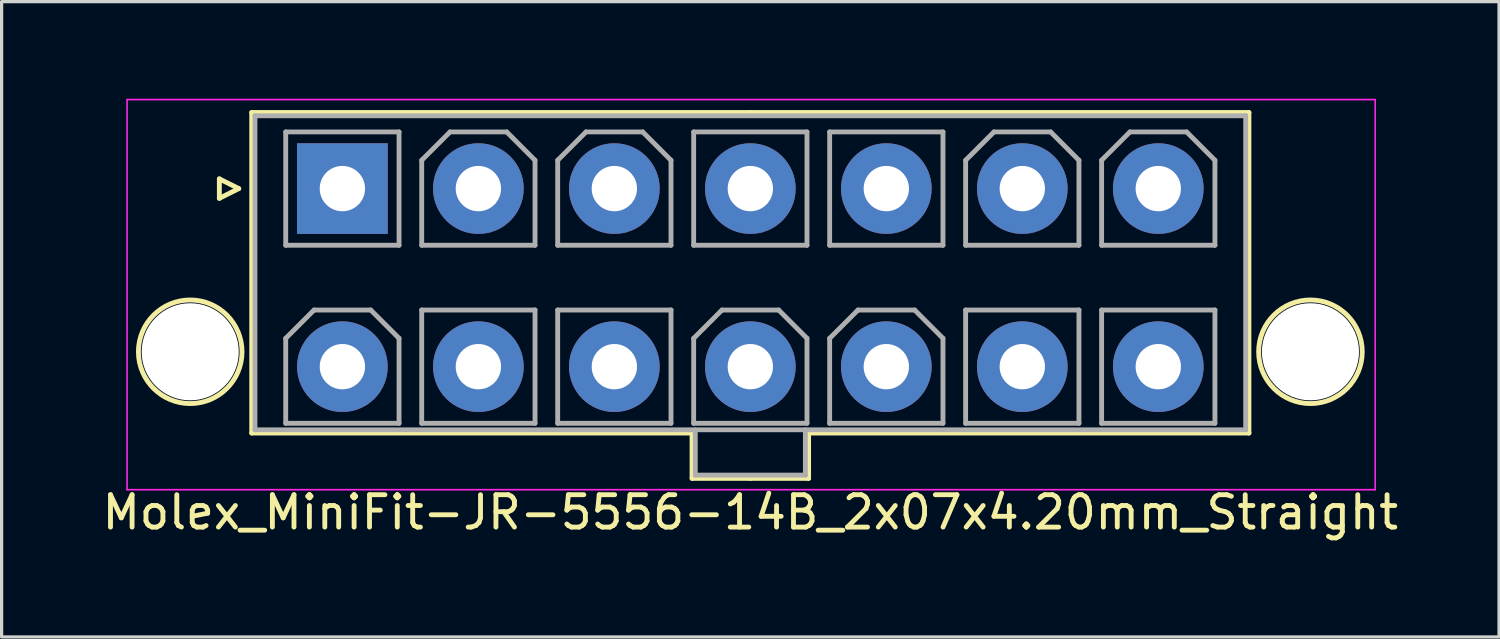
<source format=kicad_pcb>
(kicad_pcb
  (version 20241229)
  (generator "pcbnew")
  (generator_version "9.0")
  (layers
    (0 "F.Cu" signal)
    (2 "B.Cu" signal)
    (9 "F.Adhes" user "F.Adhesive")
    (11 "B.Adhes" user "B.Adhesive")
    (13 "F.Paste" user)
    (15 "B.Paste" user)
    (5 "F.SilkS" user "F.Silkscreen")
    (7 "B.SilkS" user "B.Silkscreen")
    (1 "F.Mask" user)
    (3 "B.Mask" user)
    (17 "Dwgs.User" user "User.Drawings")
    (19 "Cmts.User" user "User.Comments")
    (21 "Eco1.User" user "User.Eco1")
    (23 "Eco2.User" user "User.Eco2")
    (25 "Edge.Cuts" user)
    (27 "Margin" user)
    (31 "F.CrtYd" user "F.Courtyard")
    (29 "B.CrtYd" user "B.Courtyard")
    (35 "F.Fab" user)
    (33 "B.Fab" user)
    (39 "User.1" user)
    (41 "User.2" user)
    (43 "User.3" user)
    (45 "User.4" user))
  (footprint "Molex_MiniFit-JR-5556-14B_2x07x4.20mm_Straight"
    (layer "F.Cu")
    (at 7.525 2.775)
    (property "Reference" "Molex_MiniFit-JR-5556-14B_2x07x4.20mm_Straight" (at 12.6 10 0) (layer "F.SilkS") (effects (font (size 1 1) (thickness 0.15))))
    (attr through_hole)
    (fp_line (start -3.8 -0.3) (end -3.2 0) (stroke (width 0.15) (type solid)) (layer "F.SilkS"))
    (fp_line (start -3.8 0.3) (end -3.8 -0.3) (stroke (width 0.15) (type solid)) (layer "F.SilkS"))
    (fp_line (start -3.2 0) (end -3.8 0.3) (stroke (width 0.15) (type solid)) (layer "F.SilkS"))
    (fp_line (start -2.8 -2.35) (end -2.8 7.55) (stroke (width 0.15) (type solid)) (layer "F.SilkS"))
    (fp_line (start -2.8 7.55) (end 10.8 7.55) (stroke (width 0.15) (type solid)) (layer "F.SilkS"))
    (fp_line (start 10.8 7.55) (end 10.8 8.95) (stroke (width 0.15) (type solid)) (layer "F.SilkS"))
    (fp_line (start 10.8 8.95) (end 12.6 8.95) (stroke (width 0.15) (type solid)) (layer "F.SilkS"))
    (fp_line (start 12.6 -2.35) (end -2.8 -2.35) (stroke (width 0.15) (type solid)) (layer "F.SilkS"))
    (fp_line (start 12.6 -2.35) (end 28 -2.35) (stroke (width 0.15) (type solid)) (layer "F.SilkS"))
    (fp_line (start 14.4 7.55) (end 14.4 8.95) (stroke (width 0.15) (type solid)) (layer "F.SilkS"))
    (fp_line (start 14.4 8.95) (end 12.6 8.95) (stroke (width 0.15) (type solid)) (layer "F.SilkS"))
    (fp_line (start 28 -2.35) (end 28 7.55) (stroke (width 0.15) (type solid)) (layer "F.SilkS"))
    (fp_line (start 28 7.55) (end 14.4 7.55) (stroke (width 0.15) (type solid)) (layer "F.SilkS"))
    (fp_circle (center -4.7 5.04) (end -3.1 5.04) (stroke (width 0.15) (type solid)) (fill no) (layer "F.SilkS"))
    (fp_circle (center 29.9 5.04) (end 31.5 5.04) (stroke (width 0.15) (type solid)) (fill no) (layer "F.SilkS"))
    (fp_line (start -6.65 -2.75) (end -6.65 9.3) (stroke (width 0.05) (type solid)) (layer "F.CrtYd"))
    (fp_line (start -6.65 9.3) (end 31.9 9.3) (stroke (width 0.05) (type solid)) (layer "F.CrtYd"))
    (fp_line (start 31.9 -2.75) (end -6.65 -2.75) (stroke (width 0.05) (type solid)) (layer "F.CrtYd"))
    (fp_line (start 31.9 9.3) (end 31.9 -2.75) (stroke (width 0.05) (type solid)) (layer "F.CrtYd"))
    (fp_line (start -2.7 -2.25) (end -2.7 7.45) (stroke (width 0.15) (type solid)) (layer "F.Fab"))
    (fp_line (start -2.7 7.45) (end 27.9 7.45) (stroke (width 0.15) (type solid)) (layer "F.Fab"))
    (fp_line (start -1.75 -1.75) (end -1.75 1.75) (stroke (width 0.15) (type solid)) (layer "F.Fab"))
    (fp_line (start -1.75 1.75) (end 1.75 1.75) (stroke (width 0.15) (type solid)) (layer "F.Fab"))
    (fp_line (start -1.75 4.625) (end -0.875 3.75) (stroke (width 0.15) (type solid)) (layer "F.Fab"))
    (fp_line (start -1.75 7.25) (end -1.75 4.625) (stroke (width 0.15) (type solid)) (layer "F.Fab"))
    (fp_line (start -0.875 3.75) (end 0.875 3.75) (stroke (width 0.15) (type solid)) (layer "F.Fab"))
    (fp_line (start 0.875 3.75) (end 1.75 4.625) (stroke (width 0.15) (type solid)) (layer "F.Fab"))
    (fp_line (start 1.75 -1.75) (end -1.75 -1.75) (stroke (width 0.15) (type solid)) (layer "F.Fab"))
    (fp_line (start 1.75 1.75) (end 1.75 -1.75) (stroke (width 0.15) (type solid)) (layer "F.Fab"))
    (fp_line (start 1.75 4.625) (end 1.75 7.25) (stroke (width 0.15) (type solid)) (layer "F.Fab"))
    (fp_line (start 1.75 7.25) (end -1.75 7.25) (stroke (width 0.15) (type solid)) (layer "F.Fab"))
    (fp_line (start 2.45 -0.875) (end 3.325 -1.75) (stroke (width 0.15) (type solid)) (layer "F.Fab"))
    (fp_line (start 2.45 1.75) (end 2.45 -0.875) (stroke (width 0.15) (type solid)) (layer "F.Fab"))
    (fp_line (start 2.45 3.75) (end 2.45 7.25) (stroke (width 0.15) (type solid)) (layer "F.Fab"))
    (fp_line (start 2.45 7.25) (end 5.95 7.25) (stroke (width 0.15) (type solid)) (layer "F.Fab"))
    (fp_line (start 3.325 -1.75) (end 5.075 -1.75) (stroke (width 0.15) (type solid)) (layer "F.Fab"))
    (fp_line (start 5.075 -1.75) (end 5.95 -0.875) (stroke (width 0.15) (type solid)) (layer "F.Fab"))
    (fp_line (start 5.95 -0.875) (end 5.95 1.75) (stroke (width 0.15) (type solid)) (layer "F.Fab"))
    (fp_line (start 5.95 1.75) (end 2.45 1.75) (stroke (width 0.15) (type solid)) (layer "F.Fab"))
    (fp_line (start 5.95 3.75) (end 2.45 3.75) (stroke (width 0.15) (type solid)) (layer "F.Fab"))
    (fp_line (start 5.95 7.25) (end 5.95 3.75) (stroke (width 0.15) (type solid)) (layer "F.Fab"))
    (fp_line (start 6.65 -0.875) (end 7.525 -1.75) (stroke (width 0.15) (type solid)) (layer "F.Fab"))
    (fp_line (start 6.65 1.75) (end 6.65 -0.875) (stroke (width 0.15) (type solid)) (layer "F.Fab"))
    (fp_line (start 6.65 3.75) (end 6.65 7.25) (stroke (width 0.15) (type solid)) (layer "F.Fab"))
    (fp_line (start 6.65 7.25) (end 10.15 7.25) (stroke (width 0.15) (type solid)) (layer "F.Fab"))
    (fp_line (start 7.525 -1.75) (end 9.275 -1.75) (stroke (width 0.15) (type solid)) (layer "F.Fab"))
    (fp_line (start 9.275 -1.75) (end 10.15 -0.875) (stroke (width 0.15) (type solid)) (layer "F.Fab"))
    (fp_line (start 10.15 -0.875) (end 10.15 1.75) (stroke (width 0.15) (type solid)) (layer "F.Fab"))
    (fp_line (start 10.15 1.75) (end 6.65 1.75) (stroke (width 0.15) (type solid)) (layer "F.Fab"))
    (fp_line (start 10.15 3.75) (end 6.65 3.75) (stroke (width 0.15) (type solid)) (layer "F.Fab"))
    (fp_line (start 10.15 7.25) (end 10.15 3.75) (stroke (width 0.15) (type solid)) (layer "F.Fab"))
    (fp_line (start 10.85 -1.75) (end 10.85 1.75) (stroke (width 0.15) (type solid)) (layer "F.Fab"))
    (fp_line (start 10.85 1.75) (end 14.35 1.75) (stroke (width 0.15) (type solid)) (layer "F.Fab"))
    (fp_line (start 10.85 4.625) (end 11.725 3.75) (stroke (width 0.15) (type solid)) (layer "F.Fab"))
    (fp_line (start 10.85 7.25) (end 10.85 4.625) (stroke (width 0.15) (type solid)) (layer "F.Fab"))
    (fp_line (start 10.9 7.45) (end 10.9 8.85) (stroke (width 0.15) (type solid)) (layer "F.Fab"))
    (fp_line (start 10.9 8.85) (end 14.3 8.85) (stroke (width 0.15) (type solid)) (layer "F.Fab"))
    (fp_line (start 11.725 3.75) (end 13.475 3.75) (stroke (width 0.15) (type solid)) (layer "F.Fab"))
    (fp_line (start 13.475 3.75) (end 14.35 4.625) (stroke (width 0.15) (type solid)) (layer "F.Fab"))
    (fp_line (start 14.3 8.85) (end 14.3 7.45) (stroke (width 0.15) (type solid)) (layer "F.Fab"))
    (fp_line (start 14.35 -1.75) (end 10.85 -1.75) (stroke (width 0.15) (type solid)) (layer "F.Fab"))
    (fp_line (start 14.35 1.75) (end 14.35 -1.75) (stroke (width 0.15) (type solid)) (layer "F.Fab"))
    (fp_line (start 14.35 4.625) (end 14.35 7.25) (stroke (width 0.15) (type solid)) (layer "F.Fab"))
    (fp_line (start 14.35 7.25) (end 10.85 7.25) (stroke (width 0.15) (type solid)) (layer "F.Fab"))
    (fp_line (start 15.05 -1.75) (end 15.05 1.75) (stroke (width 0.15) (type solid)) (layer "F.Fab"))
    (fp_line (start 15.05 1.75) (end 18.55 1.75) (stroke (width 0.15) (type solid)) (layer "F.Fab"))
    (fp_line (start 15.05 4.625) (end 15.925 3.75) (stroke (width 0.15) (type solid)) (layer "F.Fab"))
    (fp_line (start 15.05 7.25) (end 15.05 4.625) (stroke (width 0.15) (type solid)) (layer "F.Fab"))
    (fp_line (start 15.925 3.75) (end 17.675 3.75) (stroke (width 0.15) (type solid)) (layer "F.Fab"))
    (fp_line (start 17.675 3.75) (end 18.55 4.625) (stroke (width 0.15) (type solid)) (layer "F.Fab"))
    (fp_line (start 18.55 -1.75) (end 15.05 -1.75) (stroke (width 0.15) (type solid)) (layer "F.Fab"))
    (fp_line (start 18.55 1.75) (end 18.55 -1.75) (stroke (width 0.15) (type solid)) (layer "F.Fab"))
    (fp_line (start 18.55 4.625) (end 18.55 7.25) (stroke (width 0.15) (type solid)) (layer "F.Fab"))
    (fp_line (start 18.55 7.25) (end 15.05 7.25) (stroke (width 0.15) (type solid)) (layer "F.Fab"))
    (fp_line (start 19.25 -0.875) (end 20.125 -1.75) (stroke (width 0.15) (type solid)) (layer "F.Fab"))
    (fp_line (start 19.25 1.75) (end 19.25 -0.875) (stroke (width 0.15) (type solid)) (layer "F.Fab"))
    (fp_line (start 19.25 3.75) (end 19.25 7.25) (stroke (width 0.15) (type solid)) (layer "F.Fab"))
    (fp_line (start 19.25 7.25) (end 22.75 7.25) (stroke (width 0.15) (type solid)) (layer "F.Fab"))
    (fp_line (start 20.125 -1.75) (end 21.875 -1.75) (stroke (width 0.15) (type solid)) (layer "F.Fab"))
    (fp_line (start 21.875 -1.75) (end 22.75 -0.875) (stroke (width 0.15) (type solid)) (layer "F.Fab"))
    (fp_line (start 22.75 -0.875) (end 22.75 1.75) (stroke (width 0.15) (type solid)) (layer "F.Fab"))
    (fp_line (start 22.75 1.75) (end 19.25 1.75) (stroke (width 0.15) (type solid)) (layer "F.Fab"))
    (fp_line (start 22.75 3.75) (end 19.25 3.75) (stroke (width 0.15) (type solid)) (layer "F.Fab"))
    (fp_line (start 22.75 7.25) (end 22.75 3.75) (stroke (width 0.15) (type solid)) (layer "F.Fab"))
    (fp_line (start 23.45 -0.875) (end 24.325 -1.75) (stroke (width 0.15) (type solid)) (layer "F.Fab"))
    (fp_line (start 23.45 1.75) (end 23.45 -0.875) (stroke (width 0.15) (type solid)) (layer "F.Fab"))
    (fp_line (start 23.45 3.75) (end 23.45 7.25) (stroke (width 0.15) (type solid)) (layer "F.Fab"))
    (fp_line (start 23.45 7.25) (end 26.95 7.25) (stroke (width 0.15) (type solid)) (layer "F.Fab"))
    (fp_line (start 24.325 -1.75) (end 26.075 -1.75) (stroke (width 0.15) (type solid)) (layer "F.Fab"))
    (fp_line (start 26.075 -1.75) (end 26.95 -0.875) (stroke (width 0.15) (type solid)) (layer "F.Fab"))
    (fp_line (start 26.95 -0.875) (end 26.95 1.75) (stroke (width 0.15) (type solid)) (layer "F.Fab"))
    (fp_line (start 26.95 1.75) (end 23.45 1.75) (stroke (width 0.15) (type solid)) (layer "F.Fab"))
    (fp_line (start 26.95 3.75) (end 23.45 3.75) (stroke (width 0.15) (type solid)) (layer "F.Fab"))
    (fp_line (start 26.95 7.25) (end 26.95 3.75) (stroke (width 0.15) (type solid)) (layer "F.Fab"))
    (fp_line (start 27.9 -2.25) (end -2.7 -2.25) (stroke (width 0.15) (type solid)) (layer "F.Fab"))
    (fp_line (start 27.9 7.45) (end 27.9 -2.25) (stroke (width 0.15) (type solid)) (layer "F.Fab"))
    (pad "" np_thru_hole circle (at -4.7 5.04) (size 3 3) (drill 3) (layers "*.Cu"))
    (pad "" np_thru_hole circle (at 29.9 5.04) (size 3 3) (drill 3) (layers "*.Cu"))
    (pad "1" thru_hole rect (at 0 0) (size 2.8 2.8) (drill 1.4) (layers "*.Cu" "*.Mask"))
    (pad "2" thru_hole circle (at 4.2 0) (size 2.8 2.8) (drill 1.4) (layers "*.Cu" "*.Mask"))
    (pad "3" thru_hole circle (at 8.4 0) (size 2.8 2.8) (drill 1.4) (layers "*.Cu" "*.Mask"))
    (pad "4" thru_hole circle (at 12.6 0) (size 2.8 2.8) (drill 1.4) (layers "*.Cu" "*.Mask"))
    (pad "5" thru_hole circle (at 16.8 0) (size 2.8 2.8) (drill 1.4) (layers "*.Cu" "*.Mask"))
    (pad "6" thru_hole circle (at 21 0) (size 2.8 2.8) (drill 1.4) (layers "*.Cu" "*.Mask"))
    (pad "7" thru_hole circle (at 25.2 0) (size 2.8 2.8) (drill 1.4) (layers "*.Cu" "*.Mask"))
    (pad "8" thru_hole circle (at 0 5.5) (size 2.8 2.8) (drill 1.4) (layers "*.Cu" "*.Mask"))
    (pad "9" thru_hole circle (at 4.2 5.5) (size 2.8 2.8) (drill 1.4) (layers "*.Cu" "*.Mask"))
    (pad "10" thru_hole circle (at 8.4 5.5) (size 2.8 2.8) (drill 1.4) (layers "*.Cu" "*.Mask"))
    (pad "11" thru_hole circle (at 12.6 5.5) (size 2.8 2.8) (drill 1.4) (layers "*.Cu" "*.Mask"))
    (pad "12" thru_hole circle (at 16.8 5.5) (size 2.8 2.8) (drill 1.4) (layers "*.Cu" "*.Mask"))
    (pad "13" thru_hole circle (at 21 5.5) (size 2.8 2.8) (drill 1.4) (layers "*.Cu" "*.Mask"))
    (pad "14" thru_hole circle (at 25.2 5.5) (size 2.8 2.8) (drill 1.4) (layers "*.Cu" "*.Mask")))
  (gr_rect
    (start -3 -3)
    (end 43.25 16.623)
    (stroke (width 0.1) (type default))
    (fill no)
    (layer "Edge.Cuts")))
</source>
